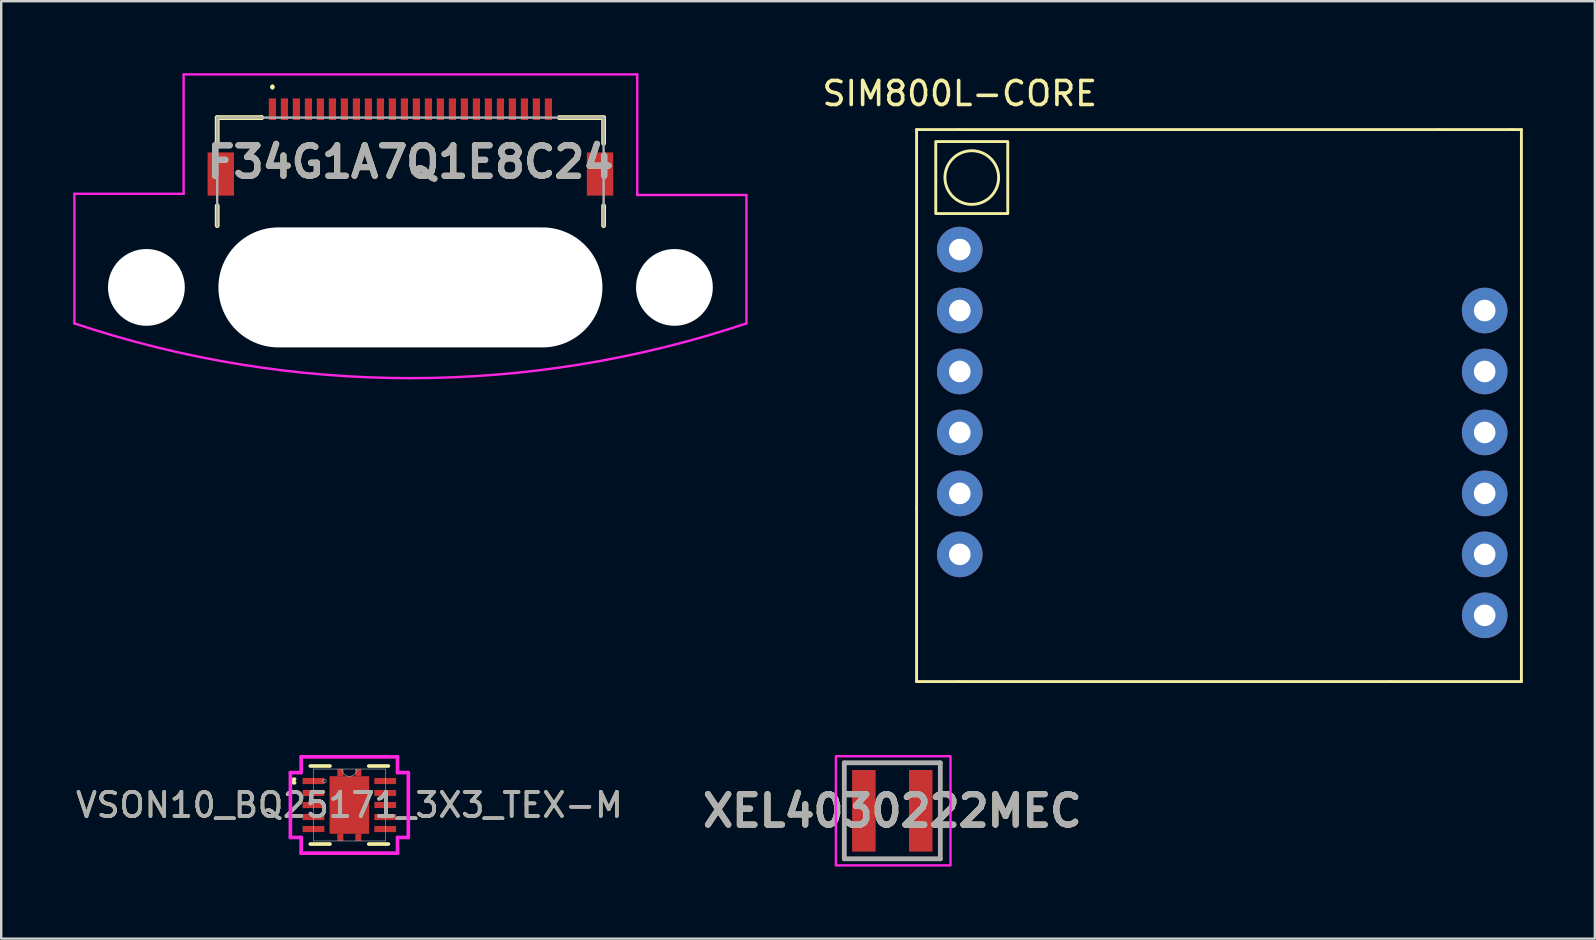
<source format=kicad_pcb>
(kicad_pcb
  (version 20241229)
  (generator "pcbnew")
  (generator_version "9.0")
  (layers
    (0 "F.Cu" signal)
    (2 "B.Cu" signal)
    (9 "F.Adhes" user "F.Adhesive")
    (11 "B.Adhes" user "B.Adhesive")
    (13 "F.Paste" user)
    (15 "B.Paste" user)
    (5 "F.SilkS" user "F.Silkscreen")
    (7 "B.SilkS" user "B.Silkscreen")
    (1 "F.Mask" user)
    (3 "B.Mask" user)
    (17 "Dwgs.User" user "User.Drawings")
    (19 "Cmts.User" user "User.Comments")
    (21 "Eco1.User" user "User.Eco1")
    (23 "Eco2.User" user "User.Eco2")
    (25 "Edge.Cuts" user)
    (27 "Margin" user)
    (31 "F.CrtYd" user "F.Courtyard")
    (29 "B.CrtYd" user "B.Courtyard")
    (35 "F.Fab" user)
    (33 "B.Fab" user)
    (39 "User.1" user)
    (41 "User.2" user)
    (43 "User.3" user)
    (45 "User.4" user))
  (footprint "XEL4030222MEC"
    (layer "F.Cu")
    (at 34.128 30.733)
    (property "Reference" "XEL4030222MEC" (at 0 0 0) (layer "F.SilkS") (effects (font (size 1.27 1.27) (thickness 0.254))))
    (attr smd)
    (fp_line (start -2 -2) (end 2 -2) (stroke (width 0.1) (type solid)) (layer "F.SilkS"))
    (fp_line (start -2 2) (end -2 -2) (stroke (width 0.1) (type solid)) (layer "F.SilkS"))
    (fp_line (start 2 -2) (end 2 2) (stroke (width 0.1) (type solid)) (layer "F.SilkS"))
    (fp_line (start 2 2) (end -2 2) (stroke (width 0.1) (type solid)) (layer "F.SilkS"))
    (fp_rect (start -2.35 -2.275) (end 2.425 2.275) (stroke (width 0.1) (type default)) (fill no) (layer "F.CrtYd"))
    (fp_line (start -2 -2) (end 2 -2) (stroke (width 0.2) (type solid)) (layer "F.Fab"))
    (fp_line (start -2 2) (end -2 -2) (stroke (width 0.2) (type solid)) (layer "F.Fab"))
    (fp_line (start 2 -2) (end 2 2) (stroke (width 0.2) (type solid)) (layer "F.Fab"))
    (fp_line (start 2 2) (end -2 2) (stroke (width 0.2) (type solid)) (layer "F.Fab"))
    (fp_text user "${REFERENCE}" (at 0 0 0) (layer "F.Fab") (effects (font (size 1.27 1.27) (thickness 0.254))))
    (pad "1" smd rect (at -1.185 0) (size 0.98 3.4) (layers "F.Cu" "F.Mask" "F.Paste"))
    (pad "2" smd rect (at 1.185 0) (size 0.98 3.4) (layers "F.Cu" "F.Mask" "F.Paste")))
  (footprint "F34G1A7Q1E8C24"
    (layer "F.Cu")
    (at 14.05 3.925)
    (property "Reference" "F34G1A7Q1E8C24" (at 0 -0.225 0) (layer "F.SilkS") (effects (font (size 1.27 1.27) (thickness 0.254))))
    (attr smd)
    (fp_line (start -8.05 -2.075) (end -8.05 -1) (stroke (width 0.2) (type solid)) (layer "F.SilkS"))
    (fp_line (start -8.05 1.6) (end -8.05 2.425) (stroke (width 0.2) (type solid)) (layer "F.SilkS"))
    (fp_line (start -6.2 -2.075) (end -8.05 -2.075) (stroke (width 0.2) (type solid)) (layer "F.SilkS"))
    (fp_line (start -6.2 -2.075) (end -6.2 -2.075) (stroke (width 0.2) (type solid)) (layer "F.SilkS"))
    (fp_line (start -5.75 -3.4) (end -5.75 -3.4) (stroke (width 0.1) (type solid)) (layer "F.SilkS"))
    (fp_line (start -5.75 -3.3) (end -5.75 -3.3) (stroke (width 0.1) (type solid)) (layer "F.SilkS"))
    (fp_line (start 6.2 -2.075) (end 8.05 -2.075) (stroke (width 0.2) (type solid)) (layer "F.SilkS"))
    (fp_line (start 8.05 -2.075) (end 8.05 -1) (stroke (width 0.2) (type solid)) (layer "F.SilkS"))
    (fp_line (start 8.05 2.425) (end 8.05 1.6) (stroke (width 0.2) (type solid)) (layer "F.SilkS"))
    (fp_arc (start -5.75 -3.4) (mid -5.7 -3.35) (end -5.75 -3.3) (stroke (width 0.1) (type solid)) (layer "F.SilkS"))
    (fp_arc (start -5.75 -3.3) (mid -5.8 -3.35) (end -5.75 -3.4) (stroke (width 0.1) (type solid)) (layer "F.SilkS"))
    (fp_line (start -14 1.1) (end -14 6.5) (stroke (width 0.1) (type default)) (layer "F.CrtYd"))
    (fp_line (start -9.45 -3.875) (end -9.45 1.1) (stroke (width 0.1) (type default)) (layer "F.CrtYd"))
    (fp_line (start -9.45 -3.875) (end 9.45 -3.875) (stroke (width 0.1) (type solid)) (layer "F.CrtYd"))
    (fp_line (start -9.45 1.1) (end -14 1.1) (stroke (width 0.1) (type default)) (layer "F.CrtYd"))
    (fp_line (start 9.45 -3.875) (end 9.45 1.15) (stroke (width 0.1) (type default)) (layer "F.CrtYd"))
    (fp_line (start 9.45 1.15) (end 14 1.15) (stroke (width 0.1) (type default)) (layer "F.CrtYd"))
    (fp_line (start 14 1.15) (end 14 6.5) (stroke (width 0.1) (type default)) (layer "F.CrtYd"))
    (fp_arc (start 14 6.5) (mid 0 8.780045) (end -14 6.5) (stroke (width 0.1) (type solid)) (layer "F.CrtYd"))
    (fp_line (start -8.05 -2.075) (end 8.05 -2.075) (stroke (width 0.1) (type solid)) (layer "F.Fab"))
    (fp_line (start -8.05 2.425) (end -8.05 -2.075) (stroke (width 0.1) (type solid)) (layer "F.Fab"))
    (fp_line (start 8.05 -2.075) (end 8.05 2.425) (stroke (width 0.1) (type solid)) (layer "F.Fab"))
    (fp_text user "${REFERENCE}" (at 0 -0.225 0) (layer "F.Fab") (effects (font (size 1.27 1.27) (thickness 0.254))))
    (pad "" np_thru_hole circle (at -11 5) (size 3.2 3.2) (drill 3.2) (layers "*.Cu" "*.Mask"))
    (pad "" np_thru_hole oval (at 0 5 90) (size 5 16) (drill oval 5 16) (layers "*.Cu" "*.Mask"))
    (pad "" np_thru_hole circle (at 11 5) (size 3.2 3.2) (drill 3.2) (layers "*.Cu" "*.Mask"))
    (pad "1" smd rect (at -5.75 -2.425) (size 0.3 0.9) (layers "F.Cu" "F.Mask" "F.Paste"))
    (pad "2" smd rect (at -5.25 -2.425) (size 0.3 0.9) (layers "F.Cu" "F.Mask" "F.Paste"))
    (pad "3" smd rect (at -4.75 -2.425) (size 0.3 0.9) (layers "F.Cu" "F.Mask" "F.Paste"))
    (pad "4" smd rect (at -4.25 -2.425) (size 0.3 0.9) (layers "F.Cu" "F.Mask" "F.Paste"))
    (pad "5" smd rect (at -3.75 -2.425) (size 0.3 0.9) (layers "F.Cu" "F.Mask" "F.Paste"))
    (pad "6" smd rect (at -3.25 -2.425) (size 0.3 0.9) (layers "F.Cu" "F.Mask" "F.Paste"))
    (pad "7" smd rect (at -2.75 -2.425) (size 0.3 0.9) (layers "F.Cu" "F.Mask" "F.Paste"))
    (pad "8" smd rect (at -2.25 -2.425) (size 0.3 0.9) (layers "F.Cu" "F.Mask" "F.Paste"))
    (pad "9" smd rect (at -1.75 -2.425) (size 0.3 0.9) (layers "F.Cu" "F.Mask" "F.Paste"))
    (pad "10" smd rect (at -1.25 -2.425) (size 0.3 0.9) (layers "F.Cu" "F.Mask" "F.Paste"))
    (pad "11" smd rect (at -0.75 -2.425) (size 0.3 0.9) (layers "F.Cu" "F.Mask" "F.Paste"))
    (pad "12" smd rect (at -0.25 -2.425) (size 0.3 0.9) (layers "F.Cu" "F.Mask" "F.Paste"))
    (pad "13" smd rect (at 0.25 -2.425) (size 0.3 0.9) (layers "F.Cu" "F.Mask" "F.Paste"))
    (pad "14" smd rect (at 0.75 -2.425) (size 0.3 0.9) (layers "F.Cu" "F.Mask" "F.Paste"))
    (pad "15" smd rect (at 1.25 -2.425) (size 0.3 0.9) (layers "F.Cu" "F.Mask" "F.Paste"))
    (pad "16" smd rect (at 1.75 -2.425) (size 0.3 0.9) (layers "F.Cu" "F.Mask" "F.Paste"))
    (pad "17" smd rect (at 2.25 -2.425) (size 0.3 0.9) (layers "F.Cu" "F.Mask" "F.Paste"))
    (pad "18" smd rect (at 2.75 -2.425) (size 0.3 0.9) (layers "F.Cu" "F.Mask" "F.Paste"))
    (pad "19" smd rect (at 3.25 -2.425) (size 0.3 0.9) (layers "F.Cu" "F.Mask" "F.Paste"))
    (pad "20" smd rect (at 3.75 -2.425) (size 0.3 0.9) (layers "F.Cu" "F.Mask" "F.Paste"))
    (pad "21" smd rect (at 4.25 -2.425) (size 0.3 0.9) (layers "F.Cu" "F.Mask" "F.Paste"))
    (pad "22" smd rect (at 4.75 -2.425) (size 0.3 0.9) (layers "F.Cu" "F.Mask" "F.Paste"))
    (pad "23" smd rect (at 5.25 -2.425) (size 0.3 0.9) (layers "F.Cu" "F.Mask" "F.Paste"))
    (pad "24" smd rect (at 5.75 -2.425) (size 0.3 0.9) (layers "F.Cu" "F.Mask" "F.Paste"))
    (pad "MP1" smd rect (at -7.9 0.275) (size 1.1 1.8) (layers "F.Cu" "F.Mask" "F.Paste"))
    (pad "MP2" smd rect (at 7.9 0.275) (size 1.1 1.8) (layers "F.Cu" "F.Mask" "F.Paste")))
  (footprint "SIM800L-CORE"
    (layer "F.Cu")
    (at 36.939 7.348)
    (property "Reference" "SIM800L-CORE" (at 0 -6.5 0) (unlocked yes) (layer "F.SilkS") (effects (font (size 1 1) (thickness 0.15))))
    (fp_line (start -1.8 10.8) (end -1.8 -5) (stroke (width 0.12) (type solid)) (layer "F.SilkS"))
    (fp_line (start -1.8 10.8) (end -1.8 18) (stroke (width 0.12) (type solid)) (layer "F.SilkS"))
    (fp_line (start -1.8 18) (end 0 18) (stroke (width 0.12) (type solid)) (layer "F.SilkS"))
    (fp_line (start 0 -5) (end -1.8 -5) (stroke (width 0.12) (type solid)) (layer "F.SilkS"))
    (fp_line (start 0 -5) (end 20 -5) (stroke (width 0.12) (type solid)) (layer "F.SilkS"))
    (fp_line (start 0 18) (end 18 18) (stroke (width 0.12) (type solid)) (layer "F.SilkS"))
    (fp_line (start 18 18) (end 23.4 18) (stroke (width 0.12) (type solid)) (layer "F.SilkS"))
    (fp_line (start 20 -5) (end 23 -5) (stroke (width 0.12) (type solid)) (layer "F.SilkS"))
    (fp_line (start 23.4 -5) (end 23 -5) (stroke (width 0.12) (type solid)) (layer "F.SilkS"))
    (fp_line (start 23.4 18) (end 23.4 -5) (stroke (width 0.12) (type solid)) (layer "F.SilkS"))
    (fp_rect (start -1 -4.5) (end 2 -1.5) (stroke (width 0.12) (type solid)) (fill no) (layer "F.SilkS"))
    (fp_circle (center 0.5 -3) (end 1.5 -2.5) (stroke (width 0.12) (type solid)) (fill no) (layer "F.SilkS"))
    (pad "1" thru_hole circle (at 0 0) (size 1.9 1.9) (drill 0.9) (layers "*.Cu" "*.Mask"))
    (pad "2" thru_hole circle (at 0 2.54) (size 1.9 1.9) (drill 0.9) (layers "*.Cu" "*.Mask"))
    (pad "3" thru_hole circle (at 0 5.08) (size 1.9 1.9) (drill 0.9) (layers "*.Cu" "*.Mask"))
    (pad "4" thru_hole circle (at 0 7.62) (size 1.9 1.9) (drill 0.9) (layers "*.Cu" "*.Mask"))
    (pad "5" thru_hole circle (at 0 10.16) (size 1.9 1.9) (drill 0.9) (layers "*.Cu" "*.Mask"))
    (pad "6" thru_hole circle (at 0 12.7) (size 1.9 1.9) (drill 0.9) (layers "*.Cu" "*.Mask"))
    (pad "7" thru_hole circle (at 21.87 15.24) (size 1.9 1.9) (drill 0.9) (layers "*.Cu" "*.Mask"))
    (pad "8" thru_hole circle (at 21.87 12.7) (size 1.9 1.9) (drill 0.9) (layers "*.Cu" "*.Mask"))
    (pad "9" thru_hole circle (at 21.87 10.16) (size 1.9 1.9) (drill 0.9) (layers "*.Cu" "*.Mask"))
    (pad "10" thru_hole circle (at 21.87 7.62) (size 1.9 1.9) (drill 0.9) (layers "*.Cu" "*.Mask"))
    (pad "11" thru_hole circle (at 21.87 5.08) (size 1.9 1.9) (drill 0.9) (layers "*.Cu" "*.Mask"))
    (pad "12" thru_hole circle (at 21.87 2.54) (size 1.9 1.9) (drill 0.9) (layers "*.Cu" "*.Mask")))
  (footprint "VSON10_BQ25171_3X3_TEX-M"
    (layer "F.Cu")
    (at 11.506 30.491)
    (property "Reference" "VSON10_BQ25171_3X3_TEX-M" (at 0 0 0) (unlocked yes) (layer "F.SilkS") (effects (font (size 1 1) (thickness 0.15))))
    (attr smd)
    (fp_line (start -1.626 1.626) (end -0.808 1.626) (stroke (width 0.152) (type solid)) (layer "F.SilkS"))
    (fp_line (start -0.808 -1.626) (end -1.626 -1.626) (stroke (width 0.152) (type solid)) (layer "F.SilkS"))
    (fp_line (start 0.808 1.626) (end 1.626 1.626) (stroke (width 0.152) (type solid)) (layer "F.SilkS"))
    (fp_line (start 1.626 -1.626) (end 0.808 -1.626) (stroke (width 0.152) (type solid)) (layer "F.SilkS"))
    (fp_arc (start -2.282139 -0.926439) (mid -2.377262 -1.000252) (end -2.282139 -1.074065) (stroke (width 0.1524) (type solid)) (layer "F.SilkS"))
    (fp_line (start -2.457 -1.352) (end -2.007 -1.352) (stroke (width 0.152) (type solid)) (layer "F.CrtYd"))
    (fp_line (start -2.457 1.352) (end -2.457 -1.352) (stroke (width 0.152) (type solid)) (layer "F.CrtYd"))
    (fp_line (start -2.457 1.352) (end -2.007 1.352) (stroke (width 0.152) (type solid)) (layer "F.CrtYd"))
    (fp_line (start -2.007 -2.007) (end 2.007 -2.007) (stroke (width 0.152) (type solid)) (layer "F.CrtYd"))
    (fp_line (start -2.007 -1.352) (end -2.007 -2.007) (stroke (width 0.152) (type solid)) (layer "F.CrtYd"))
    (fp_line (start -2.007 2.007) (end -2.007 1.352) (stroke (width 0.152) (type solid)) (layer "F.CrtYd"))
    (fp_line (start 2.007 -2.007) (end 2.007 -1.352) (stroke (width 0.152) (type solid)) (layer "F.CrtYd"))
    (fp_line (start 2.007 1.352) (end 2.007 2.007) (stroke (width 0.152) (type solid)) (layer "F.CrtYd"))
    (fp_line (start 2.007 2.007) (end -2.007 2.007) (stroke (width 0.152) (type solid)) (layer "F.CrtYd"))
    (fp_line (start 2.457 -1.352) (end 2.007 -1.352) (stroke (width 0.152) (type solid)) (layer "F.CrtYd"))
    (fp_line (start 2.457 -1.352) (end 2.457 1.352) (stroke (width 0.152) (type solid)) (layer "F.CrtYd"))
    (fp_line (start 2.457 1.352) (end 2.007 1.352) (stroke (width 0.152) (type solid)) (layer "F.CrtYd"))
    (fp_line (start -1.499 -1.499) (end -1.499 1.499) (stroke (width 0.025) (type solid)) (layer "F.Fab"))
    (fp_line (start -1.499 1.499) (end 1.499 1.499) (stroke (width 0.025) (type solid)) (layer "F.Fab"))
    (fp_line (start 1.499 -1.499) (end -1.499 -1.499) (stroke (width 0.025) (type solid)) (layer "F.Fab"))
    (fp_line (start 1.499 1.499) (end 1.499 -1.499) (stroke (width 0.025) (type solid)) (layer "F.Fab"))
    (fp_arc (start 0.3048 -1.4986) (mid 0 -1.1938) (end -0.3048 -1.4986) (stroke (width 0.0254) (type solid)) (layer "F.Fab"))
    (fp_circle (center -1.041 -1) (end -0.965 -1) (stroke (width 0.025) (type solid)) (fill no) (layer "F.Fab"))
    (fp_text user "${REFERENCE}" (at 0 0 0) (unlocked yes) (layer "F.Fab") (effects (font (size 1 1) (thickness 0.15))))
    (pad "1" smd rect (at -1.495 -1) (size 0.908 0.255) (layers "F.Cu" "F.Mask" "F.Paste"))
    (pad "2" smd rect (at -1.495 -0.5) (size 0.908 0.255) (layers "F.Cu" "F.Mask" "F.Paste"))
    (pad "3" smd rect (at -1.495 0) (size 0.908 0.255) (layers "F.Cu" "F.Mask" "F.Paste"))
    (pad "4" smd rect (at -1.495 0.5) (size 0.908 0.255) (layers "F.Cu" "F.Mask" "F.Paste"))
    (pad "5" smd rect (at -1.495 1) (size 0.908 0.255) (layers "F.Cu" "F.Mask" "F.Paste"))
    (pad "6" smd rect (at 1.495 1) (size 0.908 0.255) (layers "F.Cu" "F.Mask" "F.Paste"))
    (pad "7" smd rect (at 1.495 0.5) (size 0.908 0.255) (layers "F.Cu" "F.Mask" "F.Paste"))
    (pad "8" smd rect (at 1.495 0) (size 0.908 0.255) (layers "F.Cu" "F.Mask" "F.Paste"))
    (pad "9" smd rect (at 1.495 -0.5) (size 0.908 0.255) (layers "F.Cu" "F.Mask" "F.Paste"))
    (pad "10" smd rect (at 1.495 -1) (size 0.908 0.255) (layers "F.Cu" "F.Mask" "F.Paste"))
    (pad "11" smd rect (at -0.375 -1.35) (size 0.25 0.3) (layers "F.Cu" "F.Mask" "F.Paste"))
    (pad "11" smd rect (at -0.375 1.35) (size 0.25 0.3) (layers "F.Cu" "F.Mask" "F.Paste"))
    (pad "11" smd rect (at 0 0) (size 1.65 2.4) (layers "F.Cu" "F.Mask" "F.Paste"))
    (pad "11" smd rect (at 0.375 -1.35) (size 0.25 0.3) (layers "F.Cu" "F.Mask" "F.Paste"))
    (pad "11" smd rect (at 0.375 1.35) (size 0.25 0.3) (layers "F.Cu" "F.Mask" "F.Paste")))
  (gr_rect
    (start -3 -3)
    (end 63.399 36.058)
    (stroke (width 0.1) (type default))
    (fill no)
    (layer "Edge.Cuts")))
</source>
